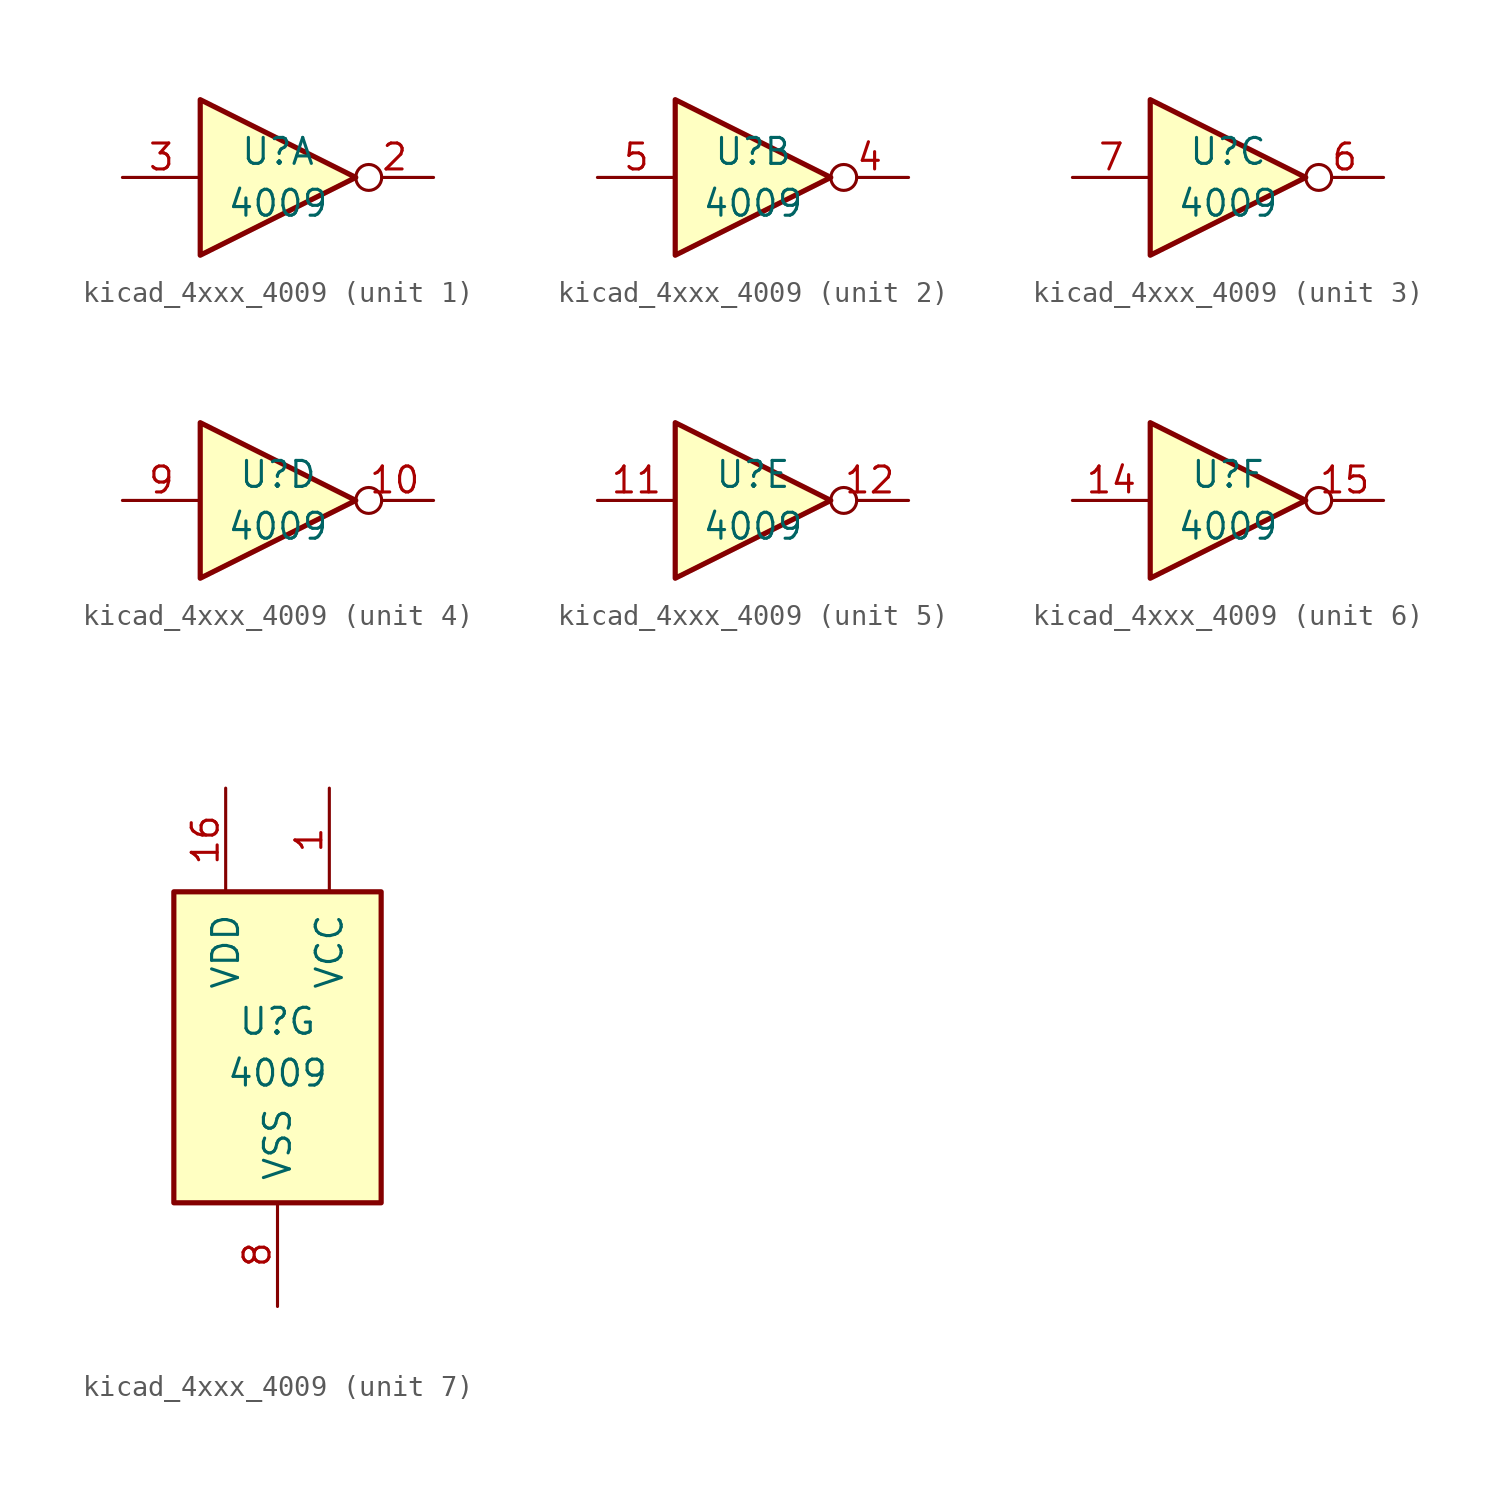
<source format=kicad_sym>
(kicad_symbol_lib
  (version 20220914)
  (generator kicad_symbol_editor)
  (symbol "kicad_4xxx_4009"
    (pin_names
      (offset 1.016))
    (property "Reference" "U"
      (at 0 1.27 0)
      (effects (font (size 1.27 1.27))))
    (property "Value" "4009"
      (at 0 -1.27 0)
      (effects (font (size 1.27 1.27))))
    (property "ki_locked" ""
      (at 0 0 0)
      (effects (font (size 1.27 1.27))))
    (symbol "kicad_4xxx_4009_1_0"
      (polyline (pts (xy -3.81 3.81) (xy -3.81 -3.81) (xy 3.81 0) (xy -3.81 3.81)) (stroke (width 0.254) (type default)) (fill (type background)))
      (pin output inverted (at 7.62 0 180) (length 3.81) (name "~" (effects (font (size 1.27 1.27)))) (number "2" (effects (font (size 1.27 1.27)))))
      (pin input line (at -7.62 0 0) (length 3.81) (name "~" (effects (font (size 1.27 1.27)))) (number "3" (effects (font (size 1.27 1.27))))))
    (symbol "kicad_4xxx_4009_2_0"
      (polyline (pts (xy -3.81 3.81) (xy -3.81 -3.81) (xy 3.81 0) (xy -3.81 3.81)) (stroke (width 0.254) (type default)) (fill (type background)))
      (pin output inverted (at 7.62 0 180) (length 3.81) (name "~" (effects (font (size 1.27 1.27)))) (number "4" (effects (font (size 1.27 1.27)))))
      (pin input line (at -7.62 0 0) (length 3.81) (name "~" (effects (font (size 1.27 1.27)))) (number "5" (effects (font (size 1.27 1.27))))))
    (symbol "kicad_4xxx_4009_3_0"
      (polyline (pts (xy -3.81 3.81) (xy -3.81 -3.81) (xy 3.81 0) (xy -3.81 3.81)) (stroke (width 0.254) (type default)) (fill (type background)))
      (pin output inverted (at 7.62 0 180) (length 3.81) (name "~" (effects (font (size 1.27 1.27)))) (number "6" (effects (font (size 1.27 1.27)))))
      (pin input line (at -7.62 0 0) (length 3.81) (name "~" (effects (font (size 1.27 1.27)))) (number "7" (effects (font (size 1.27 1.27))))))
    (symbol "kicad_4xxx_4009_4_0"
      (polyline (pts (xy -3.81 3.81) (xy -3.81 -3.81) (xy 3.81 0) (xy -3.81 3.81)) (stroke (width 0.254) (type default)) (fill (type background)))
      (pin output inverted (at 7.62 0 180) (length 3.81) (name "~" (effects (font (size 1.27 1.27)))) (number "10" (effects (font (size 1.27 1.27)))))
      (pin input line (at -7.62 0 0) (length 3.81) (name "~" (effects (font (size 1.27 1.27)))) (number "9" (effects (font (size 1.27 1.27))))))
    (symbol "kicad_4xxx_4009_5_0"
      (polyline (pts (xy -3.81 3.81) (xy -3.81 -3.81) (xy 3.81 0) (xy -3.81 3.81)) (stroke (width 0.254) (type default)) (fill (type background)))
      (pin input line (at -7.62 0 0) (length 3.81) (name "~" (effects (font (size 1.27 1.27)))) (number "11" (effects (font (size 1.27 1.27)))))
      (pin output inverted (at 7.62 0 180) (length 3.81) (name "~" (effects (font (size 1.27 1.27)))) (number "12" (effects (font (size 1.27 1.27))))))
    (symbol "kicad_4xxx_4009_6_0"
      (polyline (pts (xy -3.81 3.81) (xy -3.81 -3.81) (xy 3.81 0) (xy -3.81 3.81)) (stroke (width 0.254) (type default)) (fill (type background)))
      (pin input line (at -7.62 0 0) (length 3.81) (name "~" (effects (font (size 1.27 1.27)))) (number "14" (effects (font (size 1.27 1.27)))))
      (pin output inverted (at 7.62 0 180) (length 3.81) (name "~" (effects (font (size 1.27 1.27)))) (number "15" (effects (font (size 1.27 1.27))))))
    (symbol "kicad_4xxx_4009_7_0"
      (pin power_in line (at 2.54 12.7 270) (length 5.08) (name "VCC" (effects (font (size 1.27 1.27)))) (number "1" (effects (font (size 1.27 1.27)))))
      (pin power_in line (at -2.54 12.7 270) (length 5.08) (name "VDD" (effects (font (size 1.27 1.27)))) (number "16" (effects (font (size 1.27 1.27)))))
      (pin power_in line (at 0 -12.7 90) (length 5.08) (name "VSS" (effects (font (size 1.27 1.27)))) (number "8" (effects (font (size 1.27 1.27))))))
    (symbol "kicad_4xxx_4009_7_1"
      (rectangle (start -5.08 7.62) (end 5.08 -7.62) (stroke (width 0.254) (type default)) (fill (type background))))))
</source>
